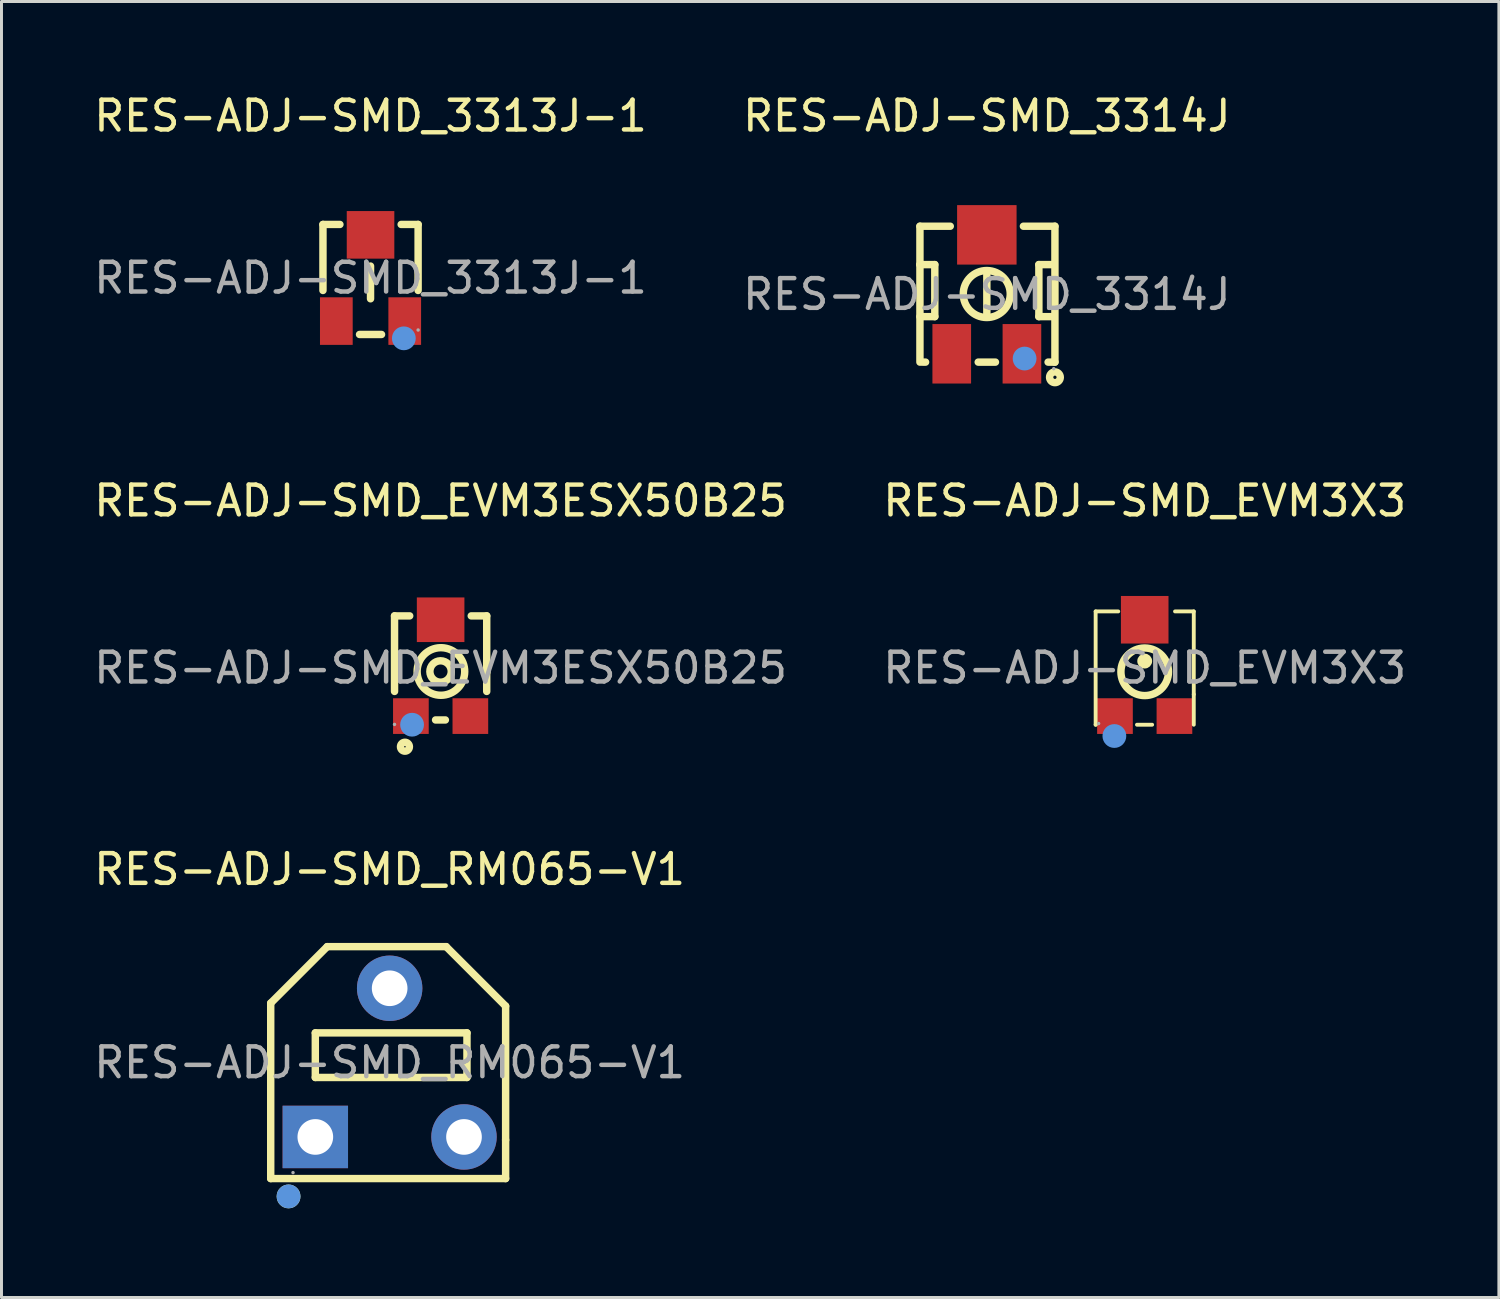
<source format=kicad_pcb>
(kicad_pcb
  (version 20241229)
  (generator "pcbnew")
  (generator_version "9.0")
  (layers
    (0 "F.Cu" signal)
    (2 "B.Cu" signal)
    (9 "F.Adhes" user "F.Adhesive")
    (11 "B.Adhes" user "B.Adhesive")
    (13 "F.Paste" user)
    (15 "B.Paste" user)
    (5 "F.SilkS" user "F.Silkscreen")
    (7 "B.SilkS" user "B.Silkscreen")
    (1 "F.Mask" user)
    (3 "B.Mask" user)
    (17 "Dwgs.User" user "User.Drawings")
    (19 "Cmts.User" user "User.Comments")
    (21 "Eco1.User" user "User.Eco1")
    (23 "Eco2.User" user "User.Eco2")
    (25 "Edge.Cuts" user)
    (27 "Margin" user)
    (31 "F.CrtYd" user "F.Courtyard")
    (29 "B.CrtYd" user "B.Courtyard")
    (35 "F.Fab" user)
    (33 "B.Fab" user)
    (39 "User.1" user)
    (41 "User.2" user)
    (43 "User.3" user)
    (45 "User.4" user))
  (footprint "RES-ADJ-SMD_RM065-V1"
    (layer "F.Cu")
    (at 10.054 32.685)
    (property "Reference" "RES-ADJ-SMD_RM065-V1" (at 0 -6.5 0) (layer "F.SilkS") (effects (font (size 1 1) (thickness 0.15))))
    (attr through_hole)
    (fp_line (start -4 -2) (end -2.1 -3.9) (stroke (width 0.25) (type solid)) (layer "F.SilkS"))
    (fp_line (start -4 3.9) (end -4 -2) (stroke (width 0.25) (type solid)) (layer "F.SilkS"))
    (fp_line (start -2.5 -1) (end 2.6 -1) (stroke (width 0.25) (type solid)) (layer "F.SilkS"))
    (fp_line (start -2.5 0.5) (end -2.5 -1) (stroke (width 0.25) (type solid)) (layer "F.SilkS"))
    (fp_line (start -2.1 -3.9) (end 1.9 -3.9) (stroke (width 0.25) (type solid)) (layer "F.SilkS"))
    (fp_line (start 1.9 -3.9) (end 3.9 -1.9) (stroke (width 0.25) (type solid)) (layer "F.SilkS"))
    (fp_line (start 2.6 -1) (end 2.6 0.5) (stroke (width 0.25) (type solid)) (layer "F.SilkS"))
    (fp_line (start 2.6 0.5) (end -2.5 0.5) (stroke (width 0.25) (type solid)) (layer "F.SilkS"))
    (fp_line (start 3.9 -1.9) (end 3.9 2.6) (stroke (width 0.25) (type solid)) (layer "F.SilkS"))
    (fp_line (start 3.9 2.6) (end 3.9 3.9) (stroke (width 0.25) (type solid)) (layer "F.SilkS"))
    (fp_line (start 3.9 3.9) (end -4 3.9) (stroke (width 0.25) (type solid)) (layer "F.SilkS"))
    (fp_circle (center -3.4 4.5) (end -3.2 4.5) (stroke (width 0.4) (type solid)) (fill no) (layer "F.SilkS"))
    (fp_circle (center -3.4 4.5) (end -3.2 4.5) (stroke (width 0.4) (type solid)) (fill no) (layer "Cmts.User"))
    (fp_circle (center -3.25 3.7) (end -3.22 3.7) (stroke (width 0.06) (type solid)) (fill no) (layer "F.Fab"))
    (fp_text user "${REFERENCE}" (at 0 0 0) (layer "F.Fab") (effects (font (size 1 1) (thickness 0.15))))
    (pad "1" thru_hole rect (at -2.5 2.5) (size 2.2 2.1) (drill 1.199) (layers "*.Cu" "*.Paste" "*.Mask"))
    (pad "2" thru_hole circle (at 0 -2.5) (size 2.2 2.2) (drill 1.199) (layers "*.Cu" "*.Paste" "*.Mask"))
    (pad "3" thru_hole circle (at 2.5 2.5) (size 2.2 2.2) (drill 1.199) (layers "*.Cu" "*.Paste" "*.Mask")))
  (footprint "RES-ADJ-SMD_3314J"
    (layer "F.Cu")
    (at 30.137 6.848)
    (property "Reference" "RES-ADJ-SMD_3314J" (at 0 -6 0) (layer "F.SilkS") (effects (font (size 1 1) (thickness 0.15))))
    (attr through_hole)
    (fp_line (start -2.25 -2.29) (end -1.23 -2.29) (stroke (width 0.25) (type solid)) (layer "F.SilkS"))
    (fp_line (start -2.25 -1) (end -2.25 -2.29) (stroke (width 0.25) (type solid)) (layer "F.SilkS"))
    (fp_line (start -2.25 -1) (end -2.25 2.28) (stroke (width 0.25) (type solid)) (layer "F.SilkS"))
    (fp_line (start -2.25 -1) (end -1.75 -1) (stroke (width 0.25) (type solid)) (layer "F.SilkS"))
    (fp_line (start -2.06 2.28) (end -2.16 2.28) (stroke (width 0.25) (type solid)) (layer "F.SilkS"))
    (fp_line (start -1.75 -1) (end -1.75 0.75) (stroke (width 0.25) (type solid)) (layer "F.SilkS"))
    (fp_line (start -1.75 0.75) (end -2.25 0.75) (stroke (width 0.25) (type solid)) (layer "F.SilkS"))
    (fp_line (start 0 0.75) (end 0 -0.75) (stroke (width 0.25) (type solid)) (layer "F.SilkS"))
    (fp_line (start 0.29 2.28) (end -0.29 2.28) (stroke (width 0.25) (type solid)) (layer "F.SilkS"))
    (fp_line (start 1.23 -2.29) (end 2.29 -2.29) (stroke (width 0.25) (type solid)) (layer "F.SilkS"))
    (fp_line (start 1.75 -1) (end 2.25 -1) (stroke (width 0.25) (type solid)) (layer "F.SilkS"))
    (fp_line (start 1.75 0.75) (end 1.75 -1) (stroke (width 0.25) (type solid)) (layer "F.SilkS"))
    (fp_line (start 2.25 0.75) (end 1.75 0.75) (stroke (width 0.25) (type solid)) (layer "F.SilkS"))
    (fp_line (start 2.29 -2.29) (end 2.29 2.28) (stroke (width 0.25) (type solid)) (layer "F.SilkS"))
    (fp_line (start 2.29 2.28) (end 2.06 2.28) (stroke (width 0.25) (type solid)) (layer "F.SilkS"))
    (fp_arc (start 0.01 -0.8) (mid -0.004967 0.780048) (end -0.000066 -0.800063) (stroke (width 0.25) (type solid)) (layer "F.SilkS"))
    (fp_circle (center 2.29 2.79) (end 2.47 2.79) (stroke (width 0.25) (type solid)) (fill no) (layer "F.SilkS"))
    (fp_circle (center 1.27 2.16) (end 1.47 2.16) (stroke (width 0.4) (type solid)) (fill no) (layer "Cmts.User"))
    (fp_circle (center 2.25 2.5) (end 2.28 2.5) (stroke (width 0.06) (type solid)) (fill no) (layer "F.Fab"))
    (fp_text user "${REFERENCE}" (at 0 0 0) (layer "F.Fab") (effects (font (size 1 1) (thickness 0.15))))
    (pad "1" smd rect (at 1.18 2 90) (size 2 1.3) (layers "F.Cu" "F.Mask" "F.Paste"))
    (pad "2" smd rect (at 0 -2) (size 2 2) (layers "F.Cu" "F.Mask" "F.Paste"))
    (pad "3" smd rect (at -1.18 2 90) (size 2 1.3) (layers "F.Cu" "F.Mask" "F.Paste")))
  (footprint "RES-ADJ-SMD_EVM3ESX50B25"
    (layer "F.Cu")
    (at 11.768 19.412)
    (property "Reference" "RES-ADJ-SMD_EVM3ESX50B25" (at 0 -5.62 0) (layer "F.SilkS") (effects (font (size 1 1) (thickness 0.15))))
    (attr through_hole)
    (fp_line (start -1.55 -1.75) (end -1.55 0.79) (stroke (width 0.25) (type solid)) (layer "F.SilkS"))
    (fp_line (start -1.04 -1.75) (end -1.55 -1.75) (stroke (width 0.25) (type solid)) (layer "F.SilkS"))
    (fp_line (start -0.17 1.75) (end 0.16 1.75) (stroke (width 0.25) (type solid)) (layer "F.SilkS"))
    (fp_line (start 1.55 -1.75) (end 1.03 -1.75) (stroke (width 0.25) (type solid)) (layer "F.SilkS"))
    (fp_line (start 1.55 0.15) (end 1.55 -1.75) (stroke (width 0.25) (type solid)) (layer "F.SilkS"))
    (fp_line (start 1.55 0.15) (end 1.55 0.79) (stroke (width 0.25) (type solid)) (layer "F.SilkS"))
    (fp_arc (start 0 -0.24) (mid 0.004995 0.479965) (end -0.009989 -0.239861) (stroke (width 0.25) (type solid)) (layer "F.SilkS"))
    (fp_arc (start 0.03 -0.68) (mid 0.010041 0.92025) (end -0.010081 -0.679998) (stroke (width 0.25) (type solid)) (layer "F.SilkS"))
    (fp_circle (center -1.2 2.65) (end -1.05 2.65) (stroke (width 0.25) (type solid)) (fill no) (layer "F.SilkS"))
    (fp_circle (center -0.96 1.91) (end -0.76 1.91) (stroke (width 0.4) (type solid)) (fill no) (layer "Cmts.User"))
    (fp_circle (center -1.55 1.9) (end -1.52 1.9) (stroke (width 0.06) (type solid)) (fill no) (layer "F.Fab"))
    (fp_text user "${REFERENCE}" (at 0 0 0) (layer "F.Fab") (effects (font (size 1 1) (thickness 0.15))))
    (pad "1" smd rect (at -1 1.62) (size 1.2 1.2) (layers "F.Cu" "F.Mask" "F.Paste"))
    (pad "2" smd rect (at 0 -1.62) (size 1.6 1.5) (layers "F.Cu" "F.Mask" "F.Paste"))
    (pad "3" smd rect (at 1 1.62) (size 1.2 1.2) (layers "F.Cu" "F.Mask" "F.Paste")))
  (footprint "RES-ADJ-SMD_EVM3X3"
    (layer "F.Cu")
    (at 35.446 19.412)
    (property "Reference" "RES-ADJ-SMD_EVM3X3" (at 0 -5.62 0) (layer "F.SilkS") (effects (font (size 1 1) (thickness 0.15))))
    (attr through_hole)
    (fp_line (start -1.65 -1.9) (end -0.89 -1.9) (stroke (width 0.13) (type solid)) (layer "F.SilkS"))
    (fp_line (start -1.65 1.91) (end -1.65 -1.9) (stroke (width 0.13) (type solid)) (layer "F.SilkS"))
    (fp_line (start -1.65 1.91) (end -1.65 1.91) (stroke (width 0.13) (type solid)) (layer "F.SilkS"))
    (fp_line (start 0.25 1.91) (end -0.26 1.91) (stroke (width 0.13) (type solid)) (layer "F.SilkS"))
    (fp_line (start 1.02 -1.9) (end 1.65 -1.9) (stroke (width 0.13) (type solid)) (layer "F.SilkS"))
    (fp_line (start 1.65 -1.9) (end 1.65 0.89) (stroke (width 0.13) (type solid)) (layer "F.SilkS"))
    (fp_line (start 1.65 0.89) (end 1.65 1.91) (stroke (width 0.13) (type solid)) (layer "F.SilkS"))
    (fp_arc (start 0 -0.23) (mid 0 -0.23) (end 0 -0.23) (stroke (width 0.25) (type solid)) (layer "F.SilkS"))
    (fp_arc (start 0.01 -0.67) (mid -0.000016 0.930062) (end -0.009968 -0.67) (stroke (width 0.25) (type solid)) (layer "F.SilkS"))
    (fp_circle (center -1.02 2.29) (end -0.82 2.29) (stroke (width 0.4) (type solid)) (fill no) (layer "Cmts.User"))
    (fp_circle (center -1.55 1.87) (end -1.52 1.87) (stroke (width 0.06) (type solid)) (fill no) (layer "F.Fab"))
    (fp_text user "${REFERENCE}" (at 0 0 0) (layer "F.Fab") (effects (font (size 1 1) (thickness 0.15))))
    (pad "1" smd rect (at -1 1.62) (size 1.2 1.2) (layers "F.Cu" "F.Mask" "F.Paste"))
    (pad "2" smd rect (at 0 -1.62) (size 1.6 1.6) (layers "F.Cu" "F.Mask" "F.Paste"))
    (pad "3" smd rect (at 1 1.62) (size 1.2 1.2) (layers "F.Cu" "F.Mask" "F.Paste")))
  (footprint "RES-ADJ-SMD_3313J-1"
    (layer "F.Cu")
    (at 9.411 6.298)
    (property "Reference" "RES-ADJ-SMD_3313J-1" (at 0 -5.45 0) (layer "F.SilkS") (effects (font (size 1 1) (thickness 0.15))))
    (attr through_hole)
    (fp_line (start -1.6 -1.8) (end -1.6 0.42) (stroke (width 0.25) (type solid)) (layer "F.SilkS"))
    (fp_line (start -1.6 -1.8) (end -1.03 -1.8) (stroke (width 0.25) (type solid)) (layer "F.SilkS"))
    (fp_line (start -0.37 1.9) (end 0.37 1.9) (stroke (width 0.25) (type solid)) (layer "F.SilkS"))
    (fp_line (start 0 -0.4) (end 0 0.7) (stroke (width 0.25) (type solid)) (layer "F.SilkS"))
    (fp_line (start 1.03 -1.8) (end 1.6 -1.8) (stroke (width 0.25) (type solid)) (layer "F.SilkS"))
    (fp_line (start 1.6 -1.8) (end 1.6 0.42) (stroke (width 0.25) (type solid)) (layer "F.SilkS"))
    (fp_arc (start 1.02 2.03) (mid 1.12 1.93) (end 1.22 2.03) (stroke (width 0.25) (type solid)) (layer "Cmts.User"))
    (fp_arc (start 1.22 2.03) (mid 1.12 2.13) (end 1.02 2.03) (stroke (width 0.25) (type solid)) (layer "Cmts.User"))
    (fp_circle (center 1.12 2.03) (end 1.32 2.03) (stroke (width 0.4) (type solid)) (fill no) (layer "Cmts.User"))
    (fp_circle (center 1.6 1.75) (end 1.63 1.75) (stroke (width 0.06) (type solid)) (fill no) (layer "F.Fab"))
    (fp_text user "${REFERENCE}" (at 0 0 0) (layer "F.Fab") (effects (font (size 1 1) (thickness 0.15))))
    (pad "1" smd rect (at 1.15 1.45) (size 1.1 1.6) (layers "F.Cu" "F.Mask" "F.Paste"))
    (pad "2" smd rect (at 0 -1.45) (size 1.6 1.6) (layers "F.Cu" "F.Mask" "F.Paste"))
    (pad "3" smd rect (at -1.15 1.45) (size 1.1 1.6) (layers "F.Cu" "F.Mask" "F.Paste")))
  (gr_rect
    (start -3 -3)
    (end 47.357 40.585)
    (stroke (width 0.1) (type default))
    (fill no)
    (layer "Edge.Cuts")))
</source>
